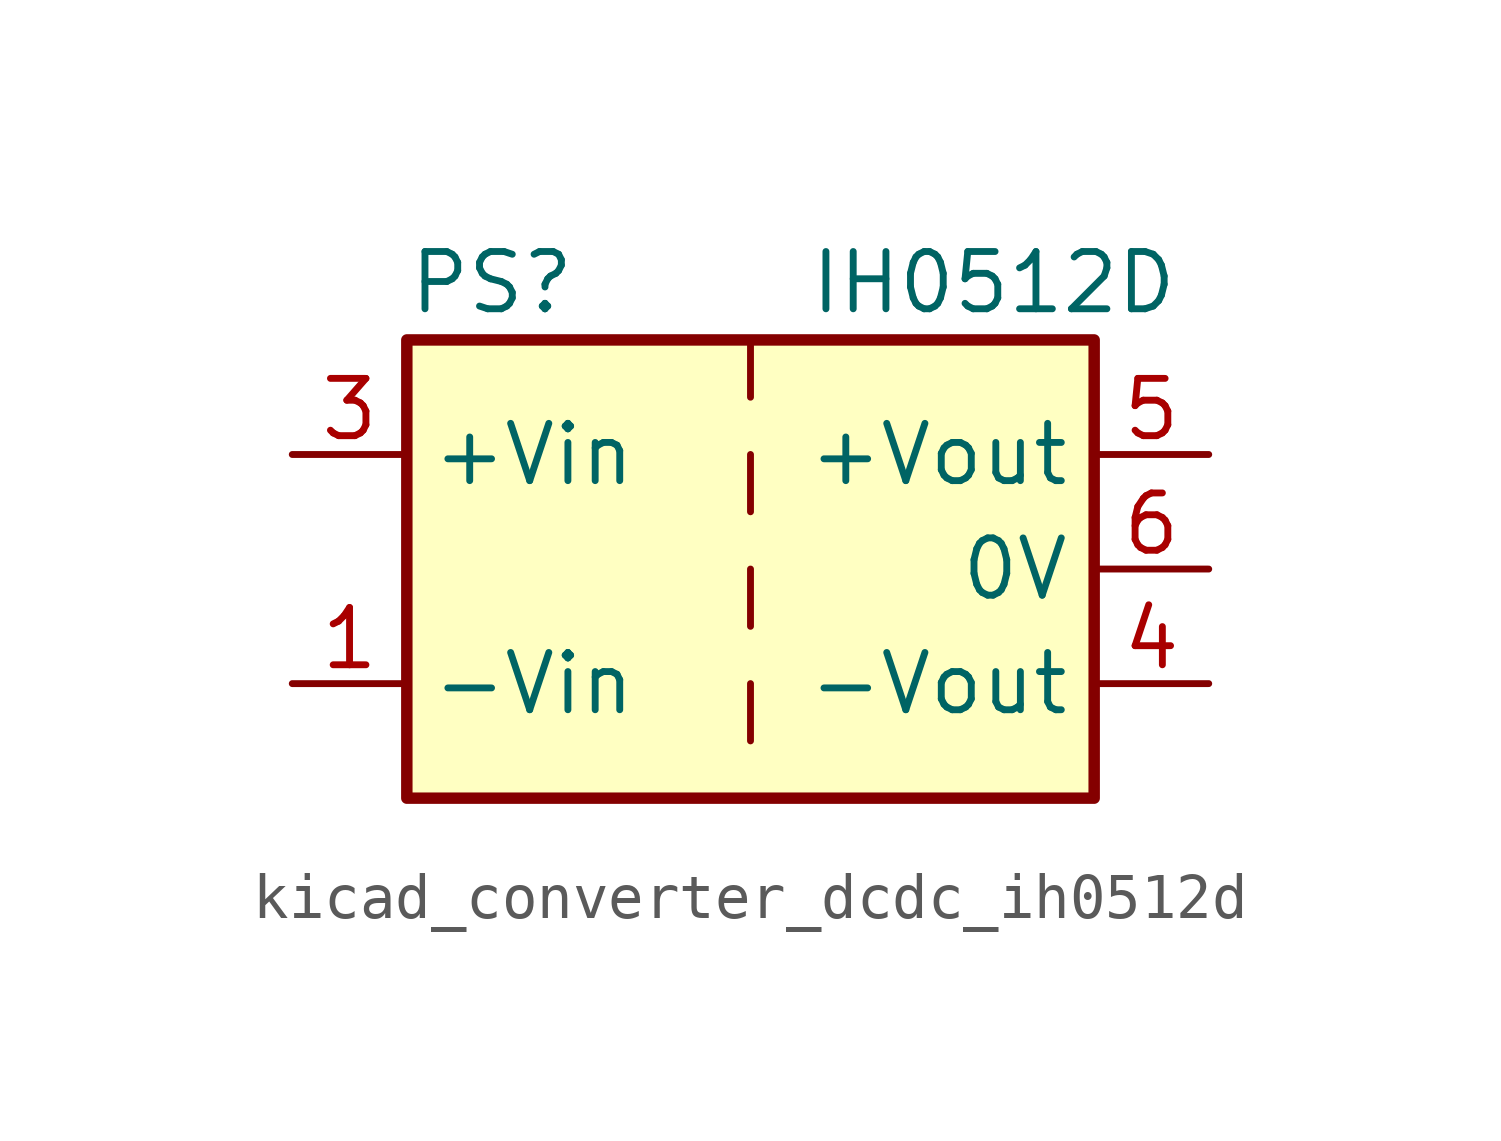
<source format=kicad_sym>
(kicad_symbol_lib
  (version 20220914)
  (generator kicad_symbol_editor)
  (symbol "kicad_converter_dcdc_ih0512d"
    (property "Reference" "PS"
      (at -7.62 6.35 0)
      (effects (font (size 1.27 1.27)) (justify left)))
    (property "Value" "IH0512D"
      (at 1.27 6.35 0)
      (effects (font (size 1.27 1.27)) (justify left)))
    (symbol "kicad_converter_dcdc_ih0512d_0_0"
      (pin power_in line (at -10.16 -2.54 0) (length 2.54) (name "-Vin" (effects (font (size 1.27 1.27)))) (number "1" (effects (font (size 1.27 1.27)))))
      (pin power_in line (at -10.16 2.54 0) (length 2.54) (name "+Vin" (effects (font (size 1.27 1.27)))) (number "3" (effects (font (size 1.27 1.27)))))
      (pin power_out line (at 10.16 -2.54 180) (length 2.54) (name "-Vout" (effects (font (size 1.27 1.27)))) (number "4" (effects (font (size 1.27 1.27)))))
      (pin power_out line (at 10.16 2.54 180) (length 2.54) (name "+Vout" (effects (font (size 1.27 1.27)))) (number "5" (effects (font (size 1.27 1.27)))))
      (pin power_out line (at 10.16 0 180) (length 2.54) (name "0V" (effects (font (size 1.27 1.27)))) (number "6" (effects (font (size 1.27 1.27))))))
    (symbol "kicad_converter_dcdc_ih0512d_0_1"
      (rectangle (start -7.62 5.08) (end 7.62 -5.08) (stroke (width 0.254) (type default)) (fill (type background)))
      (polyline (pts (xy 0 -2.54) (xy 0 -3.81)) (stroke (width 0) (type default)) (fill (type none)))
      (polyline (pts (xy 0 0) (xy 0 -1.27)) (stroke (width 0) (type default)) (fill (type none)))
      (polyline (pts (xy 0 2.54) (xy 0 1.27)) (stroke (width 0) (type default)) (fill (type none)))
      (polyline (pts (xy 0 5.08) (xy 0 3.81)) (stroke (width 0) (type default)) (fill (type none))))
    (symbol "kicad_converter_dcdc_ih0512d_1_1"
      (pin no_connect line (at 0 -5.08 90) (length 2.54) hide (name "NC" (effects (font (size 1.27 1.27)))) (number "2" (effects (font (size 1.27 1.27))))))))
</source>
